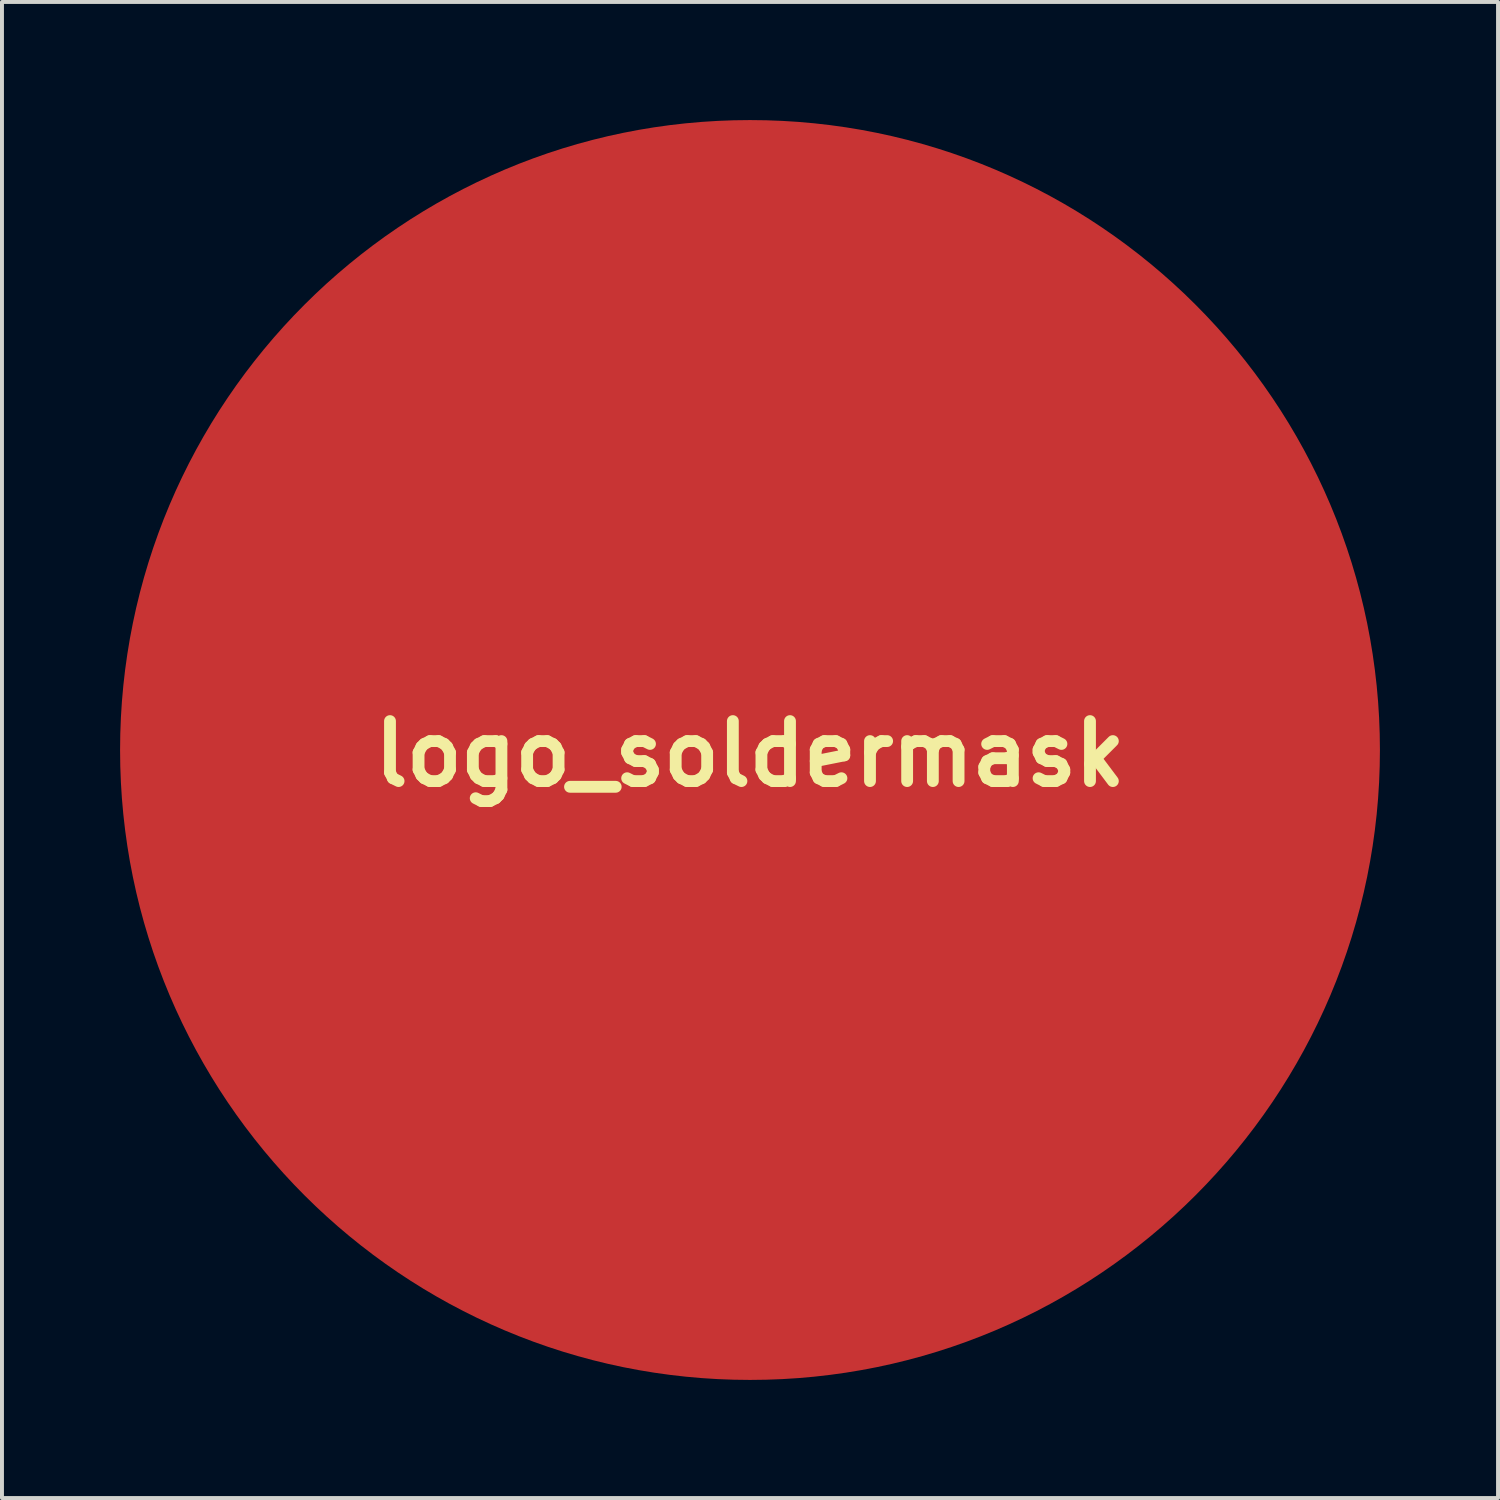
<source format=kicad_pcb>
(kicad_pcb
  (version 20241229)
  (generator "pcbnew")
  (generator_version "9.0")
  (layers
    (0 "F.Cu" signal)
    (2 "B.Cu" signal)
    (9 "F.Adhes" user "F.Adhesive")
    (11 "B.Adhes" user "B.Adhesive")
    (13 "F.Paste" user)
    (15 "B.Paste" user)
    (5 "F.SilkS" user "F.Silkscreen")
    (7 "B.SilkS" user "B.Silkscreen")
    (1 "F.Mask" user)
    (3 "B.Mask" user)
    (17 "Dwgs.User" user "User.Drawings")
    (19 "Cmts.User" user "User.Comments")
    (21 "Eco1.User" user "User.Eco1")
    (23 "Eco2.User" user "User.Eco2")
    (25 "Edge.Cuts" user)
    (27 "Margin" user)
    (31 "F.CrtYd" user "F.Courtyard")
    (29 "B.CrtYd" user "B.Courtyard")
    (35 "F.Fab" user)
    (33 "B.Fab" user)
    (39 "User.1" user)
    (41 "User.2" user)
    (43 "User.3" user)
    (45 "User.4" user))
  (footprint "logo_soldermask"
    (layer "F.Cu")
    (at 16 16.1)
    (property "Reference" "logo_soldermask" (at 0 0 0) (layer "F.SilkS") (effects (font (size 1.524 1.524) (thickness 0.3))))
    (attr through_hole)
    (fp_poly (pts (xy -1.825 1.741) (xy -1.37 1.828) (xy -1.135 1.923) (xy -0.668 2.256) (xy -0.339 2.677) (xy -0.152 3.171) (xy -0.112 3.723) (xy -0.222 4.315) (xy -0.375 4.712) (xy -0.713 5.252) (xy -1.16 5.676) (xy -1.691 5.971) (xy -2.282 6.126) (xy -2.909 6.127) (xy -3.105 6.095) (xy -3.603 5.939) (xy -4.003 5.682) (xy -4.212 5.473) (xy -4.48 5.081) (xy -4.618 4.645) (xy -4.638 4.126) (xy -4.629 4.013) (xy -4.489 3.361) (xy -4.203 2.792) (xy -3.776 2.314) (xy -3.217 1.937) (xy -2.812 1.796) (xy -2.327 1.73) (xy -1.825 1.741)) (stroke (width 0.01) (type solid)) (fill yes) (layer "F.Mask"))
    (fp_poly (pts (xy 0.176 -6.294) (xy 0.68 -6.122) (xy 1.084 -5.825) (xy 1.405 -5.393) (xy 1.457 -5.297) (xy 1.549 -5.08) (xy 1.595 -4.851) (xy 1.601 -4.55) (xy 1.59 -4.323) (xy 1.477 -3.655) (xy 1.223 -3.081) (xy 0.831 -2.604) (xy 0.303 -2.227) (xy 0.231 -2.189) (xy -0.081 -2.079) (xy -0.483 -2.003) (xy -0.911 -1.967) (xy -1.297 -1.977) (xy -1.525 -2.021) (xy -2.071 -2.274) (xy -2.486 -2.626) (xy -2.763 -3.069) (xy -2.895 -3.595) (xy -2.906 -3.81) (xy -2.827 -4.465) (xy -2.596 -5.07) (xy -2.263 -5.551) (xy -1.818 -5.958) (xy -1.318 -6.215) (xy -0.737 -6.336) (xy -0.442 -6.349) (xy 0.176 -6.294)) (stroke (width 0.01) (type solid)) (fill yes) (layer "F.Mask"))
    (fp_poly (pts (xy -7.787 0.726) (xy -7.518 0.749) (xy -7.31 0.803) (xy -7.11 0.897) (xy -7.008 0.955) (xy -6.591 1.295) (xy -6.373 1.59) (xy -6.246 1.832) (xy -6.176 2.056) (xy -6.147 2.33) (xy -6.144 2.625) (xy -6.213 3.25) (xy -6.421 3.793) (xy -6.78 4.282) (xy -6.914 4.419) (xy -7.407 4.782) (xy -7.972 5.009) (xy -8.574 5.093) (xy -9.177 5.03) (xy -9.62 4.877) (xy -10.06 4.587) (xy -10.382 4.199) (xy -10.582 3.737) (xy -10.659 3.227) (xy -10.61 2.692) (xy -10.431 2.158) (xy -10.122 1.65) (xy -9.962 1.46) (xy -9.616 1.125) (xy -9.281 0.905) (xy -8.906 0.779) (xy -8.442 0.726) (xy -8.17 0.72) (xy -7.787 0.726)) (stroke (width 0.01) (type solid)) (fill yes) (layer "F.Mask"))
    (fp_poly (pts (xy 0.402 -15.556) (xy 1.185 -15.523) (xy 1.92 -15.467) (xy 2.556 -15.39) (xy 2.709 -15.365) (xy 4.267 -15.004) (xy 5.76 -14.493) (xy 7.179 -13.839) (xy 8.516 -13.05) (xy 9.762 -12.135) (xy 10.91 -11.101) (xy 11.951 -9.958) (xy 12.877 -8.714) (xy 13.68 -7.376) (xy 14.351 -5.953) (xy 14.883 -4.454) (xy 15.267 -2.886) (xy 15.292 -2.752) (xy 15.365 -2.217) (xy 15.417 -1.558) (xy 15.447 -0.816) (xy 15.457 -0.034) (xy 15.445 0.745) (xy 15.411 1.478) (xy 15.357 2.124) (xy 15.291 2.582) (xy 14.919 4.158) (xy 14.397 5.669) (xy 13.733 7.107) (xy 12.934 8.462) (xy 12.007 9.724) (xy 10.961 10.885) (xy 9.803 11.935) (xy 8.541 12.864) (xy 7.181 13.663) (xy 5.864 14.271) (xy 5.469 14.424) (xy 5.041 14.578) (xy 4.612 14.724) (xy 4.211 14.852) (xy 3.871 14.952) (xy 3.62 15.014) (xy 3.492 15.028) (xy 3.483 15.025) (xy 3.532 14.957) (xy 3.68 14.768) (xy 3.922 14.469) (xy 4.248 14.068) (xy 4.652 13.576) (xy 5.125 13.001) (xy 5.659 12.353) (xy 6.247 11.642) (xy 6.88 10.878) (xy 7.552 10.069) (xy 8.013 9.514) (xy 8.844 8.515) (xy 9.573 7.638) (xy 10.208 6.875) (xy 10.753 6.219) (xy 11.216 5.66) (xy 11.604 5.191) (xy 11.923 4.804) (xy 12.18 4.492) (xy 12.38 4.245) (xy 12.532 4.056) (xy 12.64 3.917) (xy 12.713 3.82) (xy 12.756 3.756) (xy 12.775 3.719) (xy 12.779 3.699) (xy 12.772 3.69) (xy 12.677 3.662) (xy 12.479 3.624) (xy 12.422 3.615) (xy 12.103 3.566) (xy 10.584 5.385) (xy 10.133 5.923) (xy 9.778 6.34) (xy 9.507 6.65) (xy 9.309 6.864) (xy 9.172 6.994) (xy 9.086 7.051) (xy 9.038 7.047) (xy 9.02 7.01) (xy 8.993 6.871) (xy 8.943 6.592) (xy 8.875 6.202) (xy 8.794 5.729) (xy 8.704 5.2) (xy 8.677 5.038) (xy 8.586 4.499) (xy 8.503 4.009) (xy 8.431 3.594) (xy 8.377 3.283) (xy 8.344 3.103) (xy 8.339 3.079) (xy 8.26 2.943) (xy 8.071 2.872) (xy 7.981 2.858) (xy 7.77 2.837) (xy 7.647 2.835) (xy 7.638 2.838) (xy 7.645 2.923) (xy 7.679 3.154) (xy 7.734 3.511) (xy 7.809 3.974) (xy 7.9 4.52) (xy 8.003 5.131) (xy 8.044 5.373) (xy 8.169 6.107) (xy 8.265 6.691) (xy 8.334 7.144) (xy 8.379 7.482) (xy 8.401 7.724) (xy 8.403 7.885) (xy 8.388 7.985) (xy 8.365 8.028) (xy 8.291 8.118) (xy 8.12 8.326) (xy 7.86 8.639) (xy 7.523 9.045) (xy 7.12 9.53) (xy 6.659 10.084) (xy 6.153 10.693) (xy 5.611 11.345) (xy 5.322 11.692) (xy 4.666 12.476) (xy 4.073 13.179) (xy 3.548 13.793) (xy 3.099 14.312) (xy 2.732 14.726) (xy 2.452 15.03) (xy 2.267 15.216) (xy 2.189 15.276) (xy 1.984 15.311) (xy 1.641 15.338) (xy 1.193 15.357) (xy 0.672 15.369) (xy 0.109 15.373) (xy -0.463 15.369) (xy -1.012 15.357) (xy -1.507 15.337) (xy -1.915 15.31) (xy -2.136 15.285) (xy -3.723 14.975) (xy -5.246 14.513) (xy -6.696 13.908) (xy -8.066 13.165) (xy -9.347 12.294) (xy -10.531 11.303) (xy -11.61 10.198) (xy -12.577 8.988) (xy -13.423 7.68) (xy -13.452 7.623) (xy 4.098 7.623) (xy 4.107 7.759) (xy 4.156 7.832) (xy 4.242 7.861) (xy 4.363 7.86) (xy 4.434 7.854) (xy 4.506 7.844) (xy 4.569 7.816) (xy 4.63 7.754) (xy 4.695 7.638) (xy 4.773 7.452) (xy 4.871 7.177) (xy 4.996 6.796) (xy 5.155 6.291) (xy 5.357 5.644) (xy 5.384 5.556) (xy 5.569 4.965) (xy 5.738 4.427) (xy 5.887 3.965) (xy 6.007 3.598) (xy 6.092 3.348) (xy 6.135 3.236) (xy 6.137 3.233) (xy 6.239 3.221) (xy 6.457 3.237) (xy 6.698 3.271) (xy 6.982 3.314) (xy 7.143 3.319) (xy 7.228 3.275) (xy 7.281 3.174) (xy 7.293 3.145) (xy 7.343 2.938) (xy 7.29 2.804) (xy 7.109 2.721) (xy 6.822 2.672) (xy 6.552 2.621) (xy 6.385 2.556) (xy 6.351 2.513) (xy 6.376 2.396) (xy 6.443 2.154) (xy 6.54 1.826) (xy 6.64 1.503) (xy 6.928 0.592) (xy 6.73 0.543) (xy 6.539 0.507) (xy 6.395 0.527) (xy 6.278 0.626) (xy 6.17 0.825) (xy 6.051 1.148) (xy 5.945 1.482) (xy 5.829 1.852) (xy 5.73 2.157) (xy 5.66 2.364) (xy 5.631 2.44) (xy 5.541 2.441) (xy 5.337 2.415) (xy 5.167 2.387) (xy 4.91 2.345) (xy 4.77 2.35) (xy 4.695 2.414) (xy 4.647 2.523) (xy 4.595 2.748) (xy 4.662 2.887) (xy 4.869 2.966) (xy 4.995 2.986) (xy 5.224 3.025) (xy 5.37 3.065) (xy 5.39 3.076) (xy 5.377 3.165) (xy 5.318 3.394) (xy 5.22 3.743) (xy 5.089 4.192) (xy 4.93 4.719) (xy 4.75 5.304) (xy 4.711 5.431) (xy 4.494 6.126) (xy 4.327 6.676) (xy 4.206 7.098) (xy 4.13 7.408) (xy 4.098 7.623) (xy -13.452 7.623) (xy -13.771 7.002) (xy -12.516 7.002) (xy -12.505 7.045) (xy -12.351 7.092) (xy -12.15 7.109) (xy -11.896 7.11) (xy -11.882 7.065) (xy 0.223 7.065) (xy 0.295 7.14) (xy 0.523 7.218) (xy 0.774 7.271) (xy 0.818 7.199) (xy 0.899 6.993) (xy 1.009 6.683) (xy 1.136 6.297) (xy 1.179 6.16) (xy 1.425 5.391) (xy 1.638 4.767) (xy 1.826 4.269) (xy 1.997 3.879) (xy 2.159 3.576) (xy 2.319 3.342) (xy 2.381 3.268) (xy 2.71 2.952) (xy 3.037 2.776) (xy 3.415 2.72) (xy 3.685 2.734) (xy 3.959 2.754) (xy 4.125 2.732) (xy 4.242 2.653) (xy 4.317 2.565) (xy 4.452 2.37) (xy 4.46 2.252) (xy 4.332 2.167) (xy 4.221 2.125) (xy 3.724 2.038) (xy 3.21 2.104) (xy 2.715 2.317) (xy 2.603 2.389) (xy 2.44 2.482) (xy 2.378 2.451) (xy 2.409 2.287) (xy 2.45 2.173) (xy 2.487 2.013) (xy 2.411 1.936) (xy 2.344 1.915) (xy 2.208 1.878) (xy 2.096 1.859) (xy 2 1.873) (xy 1.912 1.935) (xy 1.824 2.062) (xy 1.727 2.268) (xy 1.615 2.57) (xy 1.477 2.982) (xy 1.307 3.519) (xy 1.097 4.199) (xy 1.027 4.424) (xy 0.832 5.054) (xy 0.654 5.632) (xy 0.499 6.139) (xy 0.373 6.555) (xy 0.281 6.86) (xy 0.231 7.033) (xy 0.223 7.065) (xy -11.882 7.065) (xy -11.48 5.735) (xy -11.339 5.277) (xy -11.211 4.875) (xy -11.106 4.558) (xy -11.033 4.354) (xy -11.005 4.292) (xy -10.938 4.313) (xy -10.852 4.453) (xy -10.841 4.479) (xy -10.637 4.804) (xy -10.318 5.127) (xy -9.932 5.407) (xy -9.528 5.605) (xy -9.434 5.636) (xy -8.765 5.748) (xy -8.103 5.705) (xy -7.47 5.524) (xy -6.887 5.217) (xy -6.374 4.801) (xy -5.953 4.29) (xy -5.815 4.027) (xy -5.316 4.027) (xy -5.301 4.657) (xy -5.159 5.199) (xy -4.879 5.689) (xy -4.696 5.913) (xy -4.281 6.296) (xy -3.829 6.549) (xy -3.301 6.689) (xy -2.709 6.729) (xy -2.33 6.723) (xy -2.053 6.693) (xy -1.812 6.624) (xy -1.539 6.502) (xy -1.447 6.456) (xy -1.178 6.321) (xy -0.977 6.223) (xy -0.881 6.181) (xy -0.879 6.181) (xy -0.889 6.252) (xy -0.943 6.431) (xy -0.977 6.53) (xy -1.052 6.747) (xy -1.096 6.885) (xy -1.101 6.905) (xy -1.027 6.95) (xy -0.854 6.986) (xy -0.649 7) (xy -0.598 6.998) (xy -0.538 6.986) (xy -0.481 6.948) (xy -0.42 6.866) (xy -0.35 6.724) (xy -0.263 6.505) (xy -0.153 6.192) (xy -0.014 5.768) (xy 0.162 5.217) (xy 0.381 4.521) (xy 0.392 4.487) (xy 0.627 3.737) (xy 0.814 3.133) (xy 0.957 2.659) (xy 1.059 2.3) (xy 1.126 2.041) (xy 1.161 1.866) (xy 1.167 1.76) (xy 1.15 1.708) (xy 1.112 1.693) (xy 1.111 1.693) (xy 0.981 1.678) (xy 0.786 1.643) (xy 0.649 1.624) (xy 0.56 1.657) (xy 0.492 1.775) (xy 0.417 2.012) (xy 0.385 2.125) (xy 0.236 2.658) (xy 0.126 2.396) (xy -0.166 1.912) (xy -0.585 1.527) (xy -1.112 1.252) (xy -1.729 1.097) (xy -2.159 1.067) (xy -2.539 1.073) (xy -2.827 1.11) (xy -3.1 1.195) (xy -3.407 1.33) (xy -4.056 1.72) (xy -4.582 2.214) (xy -4.976 2.797) (xy -5.226 3.454) (xy -5.316 4.027) (xy -5.815 4.027) (xy -5.643 3.698) (xy -5.466 3.041) (xy -5.439 2.802) (xy -5.445 2.214) (xy -5.563 1.705) (xy -5.809 1.216) (xy -5.864 1.13) (xy -6.245 0.706) (xy -6.737 0.375) (xy -7.304 0.15) (xy -7.907 0.048) (xy -8.508 0.081) (xy -8.564 0.092) (xy -8.91 0.192) (xy -9.286 0.339) (xy -9.461 0.424) (xy -9.696 0.546) (xy -9.857 0.622) (xy -9.906 0.638) (xy -9.881 0.551) (xy -9.816 0.36) (xy -9.781 0.261) (xy -9.712 0.032) (xy -9.728 -0.094) (xy -9.859 -0.155) (xy -10.11 -0.187) (xy -10.355 -0.212) (xy -11.481 3.385) (xy -11.77 4.315) (xy -12.009 5.094) (xy -12.198 5.728) (xy -12.341 6.228) (xy -12.44 6.601) (xy -12.498 6.857) (xy -12.516 7.002) (xy -13.771 7.002) (xy -14.14 6.282) (xy -14.72 4.803) (xy -15.155 3.248) (xy -15.292 2.582) (xy -15.365 2.049) (xy -15.417 1.391) (xy -15.447 0.65) (xy -15.456 -0.131) (xy -15.445 -0.91) (xy -15.412 -1.644) (xy -15.382 -1.997) (xy -4.226 -1.997) (xy -4.127 -1.96) (xy -3.929 -1.914) (xy -3.88 -1.904) (xy -3.569 -1.846) (xy -3.425 -2.362) (xy -3.28 -2.877) (xy -3.016 -2.437) (xy -2.643 -1.972) (xy -2.166 -1.621) (xy -1.611 -1.392) (xy -1.005 -1.291) (xy -0.375 -1.325) (xy 0.254 -1.501) (xy 0.382 -1.556) (xy 0.847 -1.831) (xy 1.309 -2.211) (xy 1.691 -2.625) (xy 2.486 -2.625) (xy 2.5 -2.03) (xy 2.666 -1.496) (xy 2.976 -1.039) (xy 3.419 -0.672) (xy 3.979 -0.413) (xy 4.284 -0.365) (xy 4.676 -0.372) (xy 5.084 -0.429) (xy 5.439 -0.526) (xy 5.548 -0.574) (xy 5.811 -0.726) (xy 6.038 -0.902) (xy 6.241 -1.121) (xy 6.429 -1.403) (xy 6.614 -1.765) (xy 6.805 -2.228) (xy 7.013 -2.809) (xy 7.249 -3.528) (xy 7.351 -3.852) (xy 7.53 -4.431) (xy 7.658 -4.868) (xy 7.735 -5.181) (xy 7.761 -5.391) (xy 7.737 -5.515) (xy 7.664 -5.574) (xy 7.541 -5.586) (xy 7.392 -5.572) (xy 7.185 -5.481) (xy 7.103 -5.334) (xy 6.826 -4.427) (xy 6.587 -3.668) (xy 6.381 -3.043) (xy 6.2 -2.537) (xy 6.038 -2.134) (xy 5.888 -1.82) (xy 5.744 -1.581) (xy 5.598 -1.401) (xy 5.446 -1.265) (xy 5.279 -1.159) (xy 5.241 -1.139) (xy 4.858 -1.024) (xy 4.427 -1.027) (xy 3.998 -1.134) (xy 3.619 -1.331) (xy 3.336 -1.605) (xy 3.281 -1.693) (xy 3.191 -1.924) (xy 3.153 -2.203) (xy 3.171 -2.548) (xy 3.247 -2.981) (xy 3.384 -3.522) (xy 3.585 -4.191) (xy 3.673 -4.464) (xy 3.826 -4.939) (xy 3.958 -5.362) (xy 4.062 -5.707) (xy 4.128 -5.944) (xy 4.149 -6.042) (xy 4.076 -6.127) (xy 3.906 -6.195) (xy 3.711 -6.227) (xy 3.562 -6.207) (xy 3.542 -6.193) (xy 3.488 -6.082) (xy 3.398 -5.839) (xy 3.283 -5.491) (xy 3.15 -5.07) (xy 3.009 -4.605) (xy 2.869 -4.126) (xy 2.738 -3.663) (xy 2.626 -3.246) (xy 2.541 -2.905) (xy 2.492 -2.671) (xy 2.486 -2.625) (xy 1.691 -2.625) (xy 1.706 -2.641) (xy 1.907 -2.933) (xy 2.042 -3.22) (xy 2.17 -3.586) (xy 2.248 -3.889) (xy 2.316 -4.57) (xy 2.224 -5.195) (xy 1.974 -5.762) (xy 1.566 -6.269) (xy 1.552 -6.282) (xy 1.091 -6.642) (xy 0.579 -6.867) (xy -0.018 -6.97) (xy -0.296 -6.98) (xy -0.68 -6.971) (xy -0.973 -6.931) (xy -1.252 -6.842) (xy -1.545 -6.713) (xy -1.818 -6.592) (xy -2.019 -6.515) (xy -2.113 -6.498) (xy -2.115 -6.503) (xy -2.091 -6.599) (xy -2.025 -6.83) (xy -1.925 -7.165) (xy -1.799 -7.577) (xy -1.703 -7.89) (xy -1.546 -8.401) (xy -1.44 -8.772) (xy -1.386 -9.026) (xy -1.385 -9.184) (xy -1.438 -9.27) (xy -1.545 -9.306) (xy -1.708 -9.313) (xy -1.764 -9.313) (xy -1.818 -9.31) (xy -1.868 -9.291) (xy -1.919 -9.242) (xy -1.976 -9.151) (xy -2.045 -9.002) (xy -2.13 -8.781) (xy -2.236 -8.476) (xy -2.37 -8.072) (xy -2.535 -7.554) (xy -2.738 -6.91) (xy -2.983 -6.125) (xy -3.125 -5.671) (xy -3.358 -4.921) (xy -3.574 -4.22) (xy -3.767 -3.587) (xy -3.932 -3.038) (xy -4.066 -2.587) (xy -4.162 -2.253) (xy -4.216 -2.052) (xy -4.226 -1.997) (xy -15.382 -1.997) (xy -15.357 -2.29) (xy -15.292 -2.752) (xy -14.922 -4.324) (xy -14.4 -5.838) (xy -13.733 -7.284) (xy -12.927 -8.648) (xy -11.991 -9.92) (xy -10.932 -11.088) (xy -9.756 -12.14) (xy -9.293 -12.498) (xy -8.945 -12.745) (xy -8.549 -13.01) (xy -8.131 -13.277) (xy -7.715 -13.531) (xy -7.327 -13.758) (xy -6.992 -13.942) (xy -6.736 -14.068) (xy -6.583 -14.122) (xy -6.555 -14.118) (xy -6.571 -14.032) (xy -6.635 -13.799) (xy -6.741 -13.434) (xy -6.885 -12.952) (xy -7.063 -12.368) (xy -7.27 -11.696) (xy -7.502 -10.951) (xy -7.753 -10.149) (xy -7.913 -9.641) (xy -8.181 -8.792) (xy -8.435 -7.978) (xy -8.67 -7.215) (xy -8.882 -6.521) (xy -9.066 -5.911) (xy -9.216 -5.404) (xy -9.328 -5.016) (xy -9.395 -4.763) (xy -9.411 -4.693) (xy -9.443 -4.115) (xy -9.314 -3.59) (xy -9.025 -3.121) (xy -8.869 -2.952) (xy -8.458 -2.658) (xy -7.941 -2.446) (xy -7.365 -2.322) (xy -6.776 -2.294) (xy -6.221 -2.366) (xy -5.796 -2.519) (xy -5.4 -2.793) (xy -5.015 -3.185) (xy -4.686 -3.647) (xy -4.552 -3.898) (xy -4.477 -4.081) (xy -4.367 -4.387) (xy -4.227 -4.792) (xy -4.065 -5.274) (xy -3.889 -5.81) (xy -3.706 -6.377) (xy -3.523 -6.952) (xy -3.347 -7.511) (xy -3.186 -8.033) (xy -3.047 -8.495) (xy -2.937 -8.872) (xy -2.864 -9.143) (xy -2.834 -9.284) (xy -2.836 -9.299) (xy -2.937 -9.325) (xy -3.139 -9.344) (xy -3.189 -9.346) (xy -3.505 -9.356) (xy -4.154 -7.269) (xy -4.345 -6.663) (xy -4.533 -6.075) (xy -4.71 -5.536) (xy -4.864 -5.075) (xy -4.986 -4.724) (xy -5.047 -4.56) (xy -5.353 -3.945) (xy -5.731 -3.481) (xy -6.179 -3.17) (xy -6.693 -3.012) (xy -7.271 -3.01) (xy -7.481 -3.045) (xy -7.987 -3.218) (xy -8.359 -3.493) (xy -8.594 -3.865) (xy -8.687 -4.326) (xy -8.644 -4.818) (xy -8.597 -5.005) (xy -8.506 -5.327) (xy -8.377 -5.765) (xy -8.214 -6.302) (xy -8.025 -6.921) (xy -7.813 -7.604) (xy -7.585 -8.335) (xy -7.346 -9.095) (xy -7.101 -9.868) (xy -6.857 -10.636) (xy -6.618 -11.382) (xy -6.39 -12.089) (xy -6.179 -12.739) (xy -5.989 -13.315) (xy -5.828 -13.799) (xy -5.699 -14.174) (xy -5.608 -14.424) (xy -5.562 -14.53) (xy -5.561 -14.531) (xy -5.377 -14.642) (xy -5.054 -14.77) (xy -4.618 -14.907) (xy -4.1 -15.047) (xy -3.525 -15.183) (xy -2.923 -15.307) (xy -2.321 -15.413) (xy -1.747 -15.493) (xy -1.695 -15.5) (xy -1.091 -15.546) (xy -0.374 -15.564) (xy 0.402 -15.556)) (stroke (width 0.01) (type solid)) (fill yes) (layer "F.Mask"))
    (pad "1" smd circle (at 0 -0.1) (size 32 32) (layers "F.Cu")))
  (gr_rect
    (start -3 -3)
    (end 35 35)
    (stroke (width 0.1) (type default))
    (fill no)
    (layer "Edge.Cuts")))
</source>
